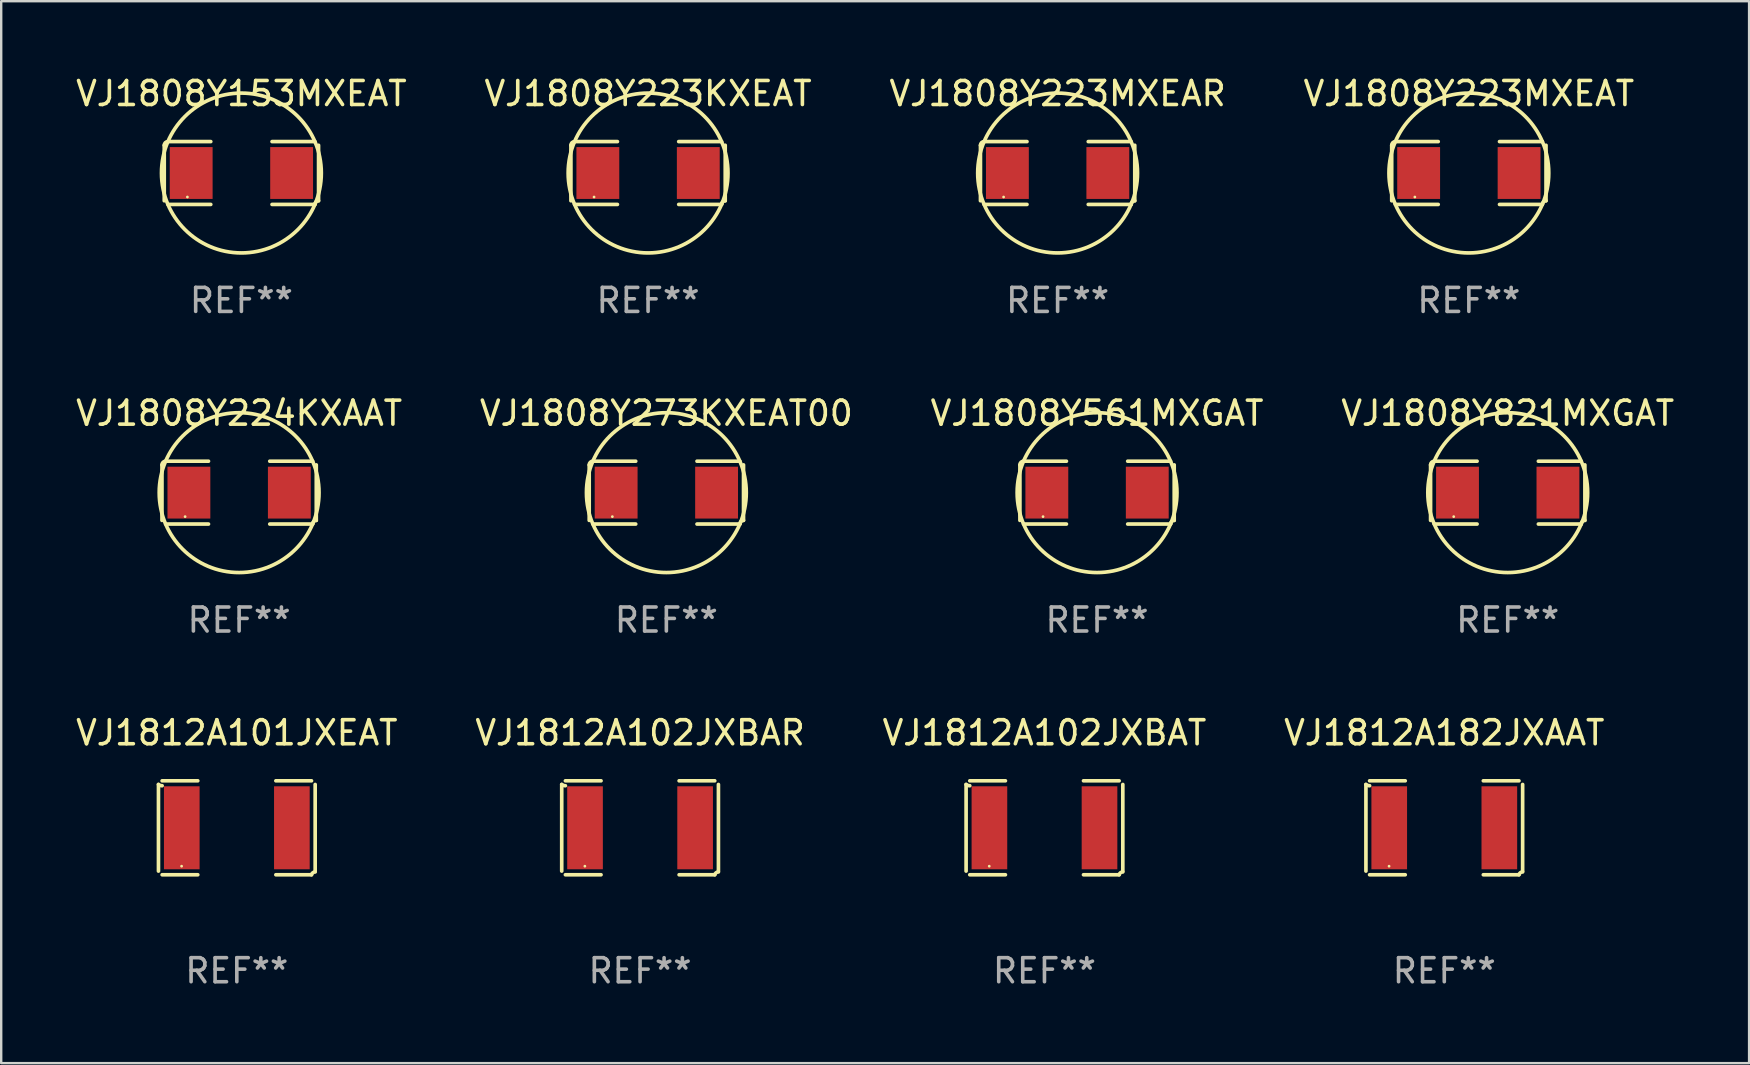
<source format=kicad_pcb>
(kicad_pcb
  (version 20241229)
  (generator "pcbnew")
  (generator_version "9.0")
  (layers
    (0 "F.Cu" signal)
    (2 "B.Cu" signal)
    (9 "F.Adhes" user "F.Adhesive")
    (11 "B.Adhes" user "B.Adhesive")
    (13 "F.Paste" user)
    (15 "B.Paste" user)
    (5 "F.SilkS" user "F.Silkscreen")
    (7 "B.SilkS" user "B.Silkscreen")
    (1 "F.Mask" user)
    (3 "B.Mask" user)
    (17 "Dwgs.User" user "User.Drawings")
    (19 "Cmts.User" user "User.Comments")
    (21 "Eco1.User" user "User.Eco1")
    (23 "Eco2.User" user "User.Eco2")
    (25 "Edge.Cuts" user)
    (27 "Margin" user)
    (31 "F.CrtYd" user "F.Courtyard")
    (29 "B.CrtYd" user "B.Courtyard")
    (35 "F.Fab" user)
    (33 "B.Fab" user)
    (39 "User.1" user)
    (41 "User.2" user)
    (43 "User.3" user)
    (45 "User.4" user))
  (footprint "VJ1808Y561MXGAT"
    (layer "F.Cu")
    (at 42.649 17.471)
    (property "Reference" "VJ1808Y561MXGAT" (at 0 -3.309 0) (layer "F.SilkS") (effects (font (size 1 1) (thickness 0.15))))
    (attr through_hole)
    (fp_line (start -3.214 -1.156) (end -3.214 1.156) (stroke (width 0.152) (type solid)) (layer "F.SilkS"))
    (fp_line (start -3.061 1.309) (end -1.276 1.309) (stroke (width 0.152) (type solid)) (layer "F.SilkS"))
    (fp_line (start -1.276 -1.309) (end -3.061 -1.309) (stroke (width 0.152) (type solid)) (layer "F.SilkS"))
    (fp_line (start 1.276 -1.309) (end 3.061 -1.309) (stroke (width 0.152) (type solid)) (layer "F.SilkS"))
    (fp_line (start 3.061 1.309) (end 1.276 1.309) (stroke (width 0.152) (type solid)) (layer "F.SilkS"))
    (fp_line (start 3.214 -1.156) (end 3.214 1.156) (stroke (width 0.152) (type solid)) (layer "F.SilkS"))
    (fp_arc (start -3.21359 -1.15621) (mid -3.168953 -1.263974) (end -3.061189 -1.308611) (stroke (width 0.1524) (type solid)) (layer "F.SilkS"))
    (fp_arc (start 3.061188 1.308611) (mid 3.105825 1.200847) (end 3.213589 1.15621) (stroke (width 0.1524) (type solid)) (layer "F.SilkS"))
    (fp_arc (start 3.061189 -1.308611) (mid -3.061167 1.308589) (end 3.061189 -1.308611) (stroke (width 0.1524) (type solid)) (layer "F.SilkS"))
    (fp_circle (center -2.25 1) (end -2.22 1) (stroke (width 0.06) (type solid)) (fill no) (layer "F.SilkS"))
    (fp_text user "REF**" (at 0 5.309 0) (layer "F.Fab") (effects (font (size 1 1) (thickness 0.15))))
    (pad "1" smd rect (at -2.092 0) (size 1.785 2.16) (layers "F.Cu" "F.Mask" "F.Paste"))
    (pad "2" smd rect (at 2.092 0) (size 1.785 2.16) (layers "F.Cu" "F.Mask" "F.Paste")))
  (footprint "VJ1808Y821MXGAT"
    (layer "F.Cu")
    (at 59.756 17.471)
    (property "Reference" "VJ1808Y821MXGAT" (at 0 -3.309 0) (layer "F.SilkS") (effects (font (size 1 1) (thickness 0.15))))
    (attr through_hole)
    (fp_line (start -3.214 -1.156) (end -3.214 1.156) (stroke (width 0.152) (type solid)) (layer "F.SilkS"))
    (fp_line (start -3.061 1.309) (end -1.276 1.309) (stroke (width 0.152) (type solid)) (layer "F.SilkS"))
    (fp_line (start -1.276 -1.309) (end -3.061 -1.309) (stroke (width 0.152) (type solid)) (layer "F.SilkS"))
    (fp_line (start 1.276 -1.309) (end 3.061 -1.309) (stroke (width 0.152) (type solid)) (layer "F.SilkS"))
    (fp_line (start 3.061 1.309) (end 1.276 1.309) (stroke (width 0.152) (type solid)) (layer "F.SilkS"))
    (fp_line (start 3.214 -1.156) (end 3.214 1.156) (stroke (width 0.152) (type solid)) (layer "F.SilkS"))
    (fp_arc (start -3.21359 -1.15621) (mid -3.168953 -1.263974) (end -3.061189 -1.308611) (stroke (width 0.1524) (type solid)) (layer "F.SilkS"))
    (fp_arc (start 3.061188 1.308611) (mid 3.105825 1.200847) (end 3.213589 1.15621) (stroke (width 0.1524) (type solid)) (layer "F.SilkS"))
    (fp_arc (start 3.061189 -1.308611) (mid -3.061167 1.308589) (end 3.061189 -1.308611) (stroke (width 0.1524) (type solid)) (layer "F.SilkS"))
    (fp_circle (center -2.25 1) (end -2.22 1) (stroke (width 0.06) (type solid)) (fill no) (layer "F.SilkS"))
    (fp_text user "REF**" (at 0 5.309 0) (layer "F.Fab") (effects (font (size 1 1) (thickness 0.15))))
    (pad "1" smd rect (at -2.092 0) (size 1.785 2.16) (layers "F.Cu" "F.Mask" "F.Paste"))
    (pad "2" smd rect (at 2.092 0) (size 1.785 2.16) (layers "F.Cu" "F.Mask" "F.Paste")))
  (footprint "VJ1812A102JXBAT"
    (layer "F.Cu")
    (at 40.458 31.432)
    (property "Reference" "VJ1812A102JXBAT" (at 0 -3.957 0) (layer "F.SilkS") (effects (font (size 1 1) (thickness 0.15))))
    (attr through_hole)
    (fp_line (start -3.264 1.804) (end -3.264 -1.804) (stroke (width 0.152) (type solid)) (layer "F.SilkS"))
    (fp_line (start -3.111 -1.957) (end -1.626 -1.957) (stroke (width 0.152) (type solid)) (layer "F.SilkS"))
    (fp_line (start -1.626 1.957) (end -3.111 1.957) (stroke (width 0.152) (type solid)) (layer "F.SilkS"))
    (fp_line (start 1.626 1.957) (end 3.111 1.957) (stroke (width 0.152) (type solid)) (layer "F.SilkS"))
    (fp_line (start 3.111 -1.957) (end 1.626 -1.957) (stroke (width 0.152) (type solid)) (layer "F.SilkS"))
    (fp_line (start 3.264 1.804) (end 3.264 -1.804) (stroke (width 0.152) (type solid)) (layer "F.SilkS"))
    (fp_arc (start -3.111202 -1.752192) (mid -3.191715 -1.76555) (end -3.263602 -1.804191) (stroke (width 0.1524) (type solid)) (layer "F.SilkS"))
    (fp_arc (start 3.111201 1.956591) (mid 3.167789 1.872777) (end 3.263602 1.840424) (stroke (width 0.1524) (type solid)) (layer "F.SilkS"))
    (fp_circle (center -2.3 1.6) (end -2.27 1.6) (stroke (width 0.06) (type solid)) (fill no) (layer "F.SilkS"))
    (fp_text user "REF**" (at 0 5.957 0) (layer "F.Fab") (effects (font (size 1 1) (thickness 0.15))))
    (pad "1" smd rect (at -2.293 0) (size 1.485 3.456) (layers "F.Cu" "F.Mask" "F.Paste"))
    (pad "2" smd rect (at 2.293 0) (size 1.485 3.456) (layers "F.Cu" "F.Mask" "F.Paste")))
  (footprint "VJ1808Y273KXEAT00"
    (layer "F.Cu")
    (at 24.708 17.471)
    (property "Reference" "VJ1808Y273KXEAT00" (at 0 -3.309 0) (layer "F.SilkS") (effects (font (size 1 1) (thickness 0.15))))
    (attr through_hole)
    (fp_line (start -3.214 -1.156) (end -3.214 1.156) (stroke (width 0.152) (type solid)) (layer "F.SilkS"))
    (fp_line (start -3.061 1.309) (end -1.276 1.309) (stroke (width 0.152) (type solid)) (layer "F.SilkS"))
    (fp_line (start -1.276 -1.309) (end -3.061 -1.309) (stroke (width 0.152) (type solid)) (layer "F.SilkS"))
    (fp_line (start 1.276 -1.309) (end 3.061 -1.309) (stroke (width 0.152) (type solid)) (layer "F.SilkS"))
    (fp_line (start 3.061 1.309) (end 1.276 1.309) (stroke (width 0.152) (type solid)) (layer "F.SilkS"))
    (fp_line (start 3.214 -1.156) (end 3.214 1.156) (stroke (width 0.152) (type solid)) (layer "F.SilkS"))
    (fp_arc (start -3.21359 -1.15621) (mid -3.168953 -1.263974) (end -3.061189 -1.308611) (stroke (width 0.1524) (type solid)) (layer "F.SilkS"))
    (fp_arc (start 3.061188 1.308611) (mid 3.105825 1.200847) (end 3.213589 1.15621) (stroke (width 0.1524) (type solid)) (layer "F.SilkS"))
    (fp_arc (start 3.061189 -1.308611) (mid -3.061167 1.308589) (end 3.061189 -1.308611) (stroke (width 0.1524) (type solid)) (layer "F.SilkS"))
    (fp_circle (center -2.25 1) (end -2.22 1) (stroke (width 0.06) (type solid)) (fill no) (layer "F.SilkS"))
    (fp_text user "REF**" (at 0 5.309 0) (layer "F.Fab") (effects (font (size 1 1) (thickness 0.15))))
    (pad "1" smd rect (at -2.092 0) (size 1.785 2.16) (layers "F.Cu" "F.Mask" "F.Paste"))
    (pad "2" smd rect (at 2.092 0) (size 1.785 2.16) (layers "F.Cu" "F.Mask" "F.Paste")))
  (footprint "VJ1808Y153MXEAT"
    (layer "F.Cu")
    (at 7.006 4.157)
    (property "Reference" "VJ1808Y153MXEAT" (at 0 -3.309 0) (layer "F.SilkS") (effects (font (size 1 1) (thickness 0.15))))
    (attr through_hole)
    (fp_line (start -3.214 -1.156) (end -3.214 1.156) (stroke (width 0.152) (type solid)) (layer "F.SilkS"))
    (fp_line (start -3.061 1.309) (end -1.276 1.309) (stroke (width 0.152) (type solid)) (layer "F.SilkS"))
    (fp_line (start -1.276 -1.309) (end -3.061 -1.309) (stroke (width 0.152) (type solid)) (layer "F.SilkS"))
    (fp_line (start 1.276 -1.309) (end 3.061 -1.309) (stroke (width 0.152) (type solid)) (layer "F.SilkS"))
    (fp_line (start 3.061 1.309) (end 1.276 1.309) (stroke (width 0.152) (type solid)) (layer "F.SilkS"))
    (fp_line (start 3.214 -1.156) (end 3.214 1.156) (stroke (width 0.152) (type solid)) (layer "F.SilkS"))
    (fp_arc (start -3.21359 -1.15621) (mid -3.168953 -1.263974) (end -3.061189 -1.308611) (stroke (width 0.1524) (type solid)) (layer "F.SilkS"))
    (fp_arc (start 3.061188 1.308611) (mid 3.105825 1.200847) (end 3.213589 1.15621) (stroke (width 0.1524) (type solid)) (layer "F.SilkS"))
    (fp_arc (start 3.061189 -1.308611) (mid -3.061167 1.308589) (end 3.061189 -1.308611) (stroke (width 0.1524) (type solid)) (layer "F.SilkS"))
    (fp_circle (center -2.25 1) (end -2.22 1) (stroke (width 0.06) (type solid)) (fill no) (layer "F.SilkS"))
    (fp_text user "REF**" (at 0 5.309 0) (layer "F.Fab") (effects (font (size 1 1) (thickness 0.15))))
    (pad "1" smd rect (at -2.092 0) (size 1.785 2.16) (layers "F.Cu" "F.Mask" "F.Paste"))
    (pad "2" smd rect (at 2.092 0) (size 1.785 2.16) (layers "F.Cu" "F.Mask" "F.Paste")))
  (footprint "VJ1808Y223MXEAR"
    (layer "F.Cu")
    (at 41.006 4.157)
    (property "Reference" "VJ1808Y223MXEAR" (at 0 -3.309 0) (layer "F.SilkS") (effects (font (size 1 1) (thickness 0.15))))
    (attr through_hole)
    (fp_line (start -3.214 -1.156) (end -3.214 1.156) (stroke (width 0.152) (type solid)) (layer "F.SilkS"))
    (fp_line (start -3.061 1.309) (end -1.276 1.309) (stroke (width 0.152) (type solid)) (layer "F.SilkS"))
    (fp_line (start -1.276 -1.309) (end -3.061 -1.309) (stroke (width 0.152) (type solid)) (layer "F.SilkS"))
    (fp_line (start 1.276 -1.309) (end 3.061 -1.309) (stroke (width 0.152) (type solid)) (layer "F.SilkS"))
    (fp_line (start 3.061 1.309) (end 1.276 1.309) (stroke (width 0.152) (type solid)) (layer "F.SilkS"))
    (fp_line (start 3.214 -1.156) (end 3.214 1.156) (stroke (width 0.152) (type solid)) (layer "F.SilkS"))
    (fp_arc (start -3.21359 -1.15621) (mid -3.168953 -1.263974) (end -3.061189 -1.308611) (stroke (width 0.1524) (type solid)) (layer "F.SilkS"))
    (fp_arc (start 3.061188 1.308611) (mid 3.105825 1.200847) (end 3.213589 1.15621) (stroke (width 0.1524) (type solid)) (layer "F.SilkS"))
    (fp_arc (start 3.061189 -1.308611) (mid -3.061167 1.308589) (end 3.061189 -1.308611) (stroke (width 0.1524) (type solid)) (layer "F.SilkS"))
    (fp_circle (center -2.25 1) (end -2.22 1) (stroke (width 0.06) (type solid)) (fill no) (layer "F.SilkS"))
    (fp_text user "REF**" (at 0 5.309 0) (layer "F.Fab") (effects (font (size 1 1) (thickness 0.15))))
    (pad "1" smd rect (at -2.092 0) (size 1.785 2.16) (layers "F.Cu" "F.Mask" "F.Paste"))
    (pad "2" smd rect (at 2.092 0) (size 1.785 2.16) (layers "F.Cu" "F.Mask" "F.Paste")))
  (footprint "VJ1808Y223MXEAT"
    (layer "F.Cu")
    (at 58.137 4.157)
    (property "Reference" "VJ1808Y223MXEAT" (at 0 -3.309 0) (layer "F.SilkS") (effects (font (size 1 1) (thickness 0.15))))
    (attr through_hole)
    (fp_line (start -3.214 -1.156) (end -3.214 1.156) (stroke (width 0.152) (type solid)) (layer "F.SilkS"))
    (fp_line (start -3.061 1.309) (end -1.276 1.309) (stroke (width 0.152) (type solid)) (layer "F.SilkS"))
    (fp_line (start -1.276 -1.309) (end -3.061 -1.309) (stroke (width 0.152) (type solid)) (layer "F.SilkS"))
    (fp_line (start 1.276 -1.309) (end 3.061 -1.309) (stroke (width 0.152) (type solid)) (layer "F.SilkS"))
    (fp_line (start 3.061 1.309) (end 1.276 1.309) (stroke (width 0.152) (type solid)) (layer "F.SilkS"))
    (fp_line (start 3.214 -1.156) (end 3.214 1.156) (stroke (width 0.152) (type solid)) (layer "F.SilkS"))
    (fp_arc (start -3.21359 -1.15621) (mid -3.168953 -1.263974) (end -3.061189 -1.308611) (stroke (width 0.1524) (type solid)) (layer "F.SilkS"))
    (fp_arc (start 3.061188 1.308611) (mid 3.105825 1.200847) (end 3.213589 1.15621) (stroke (width 0.1524) (type solid)) (layer "F.SilkS"))
    (fp_arc (start 3.061189 -1.308611) (mid -3.061167 1.308589) (end 3.061189 -1.308611) (stroke (width 0.1524) (type solid)) (layer "F.SilkS"))
    (fp_circle (center -2.25 1) (end -2.22 1) (stroke (width 0.06) (type solid)) (fill no) (layer "F.SilkS"))
    (fp_text user "REF**" (at 0 5.309 0) (layer "F.Fab") (effects (font (size 1 1) (thickness 0.15))))
    (pad "1" smd rect (at -2.092 0) (size 1.785 2.16) (layers "F.Cu" "F.Mask" "F.Paste"))
    (pad "2" smd rect (at 2.092 0) (size 1.785 2.16) (layers "F.Cu" "F.Mask" "F.Paste")))
  (footprint "VJ1808Y224KXAAT"
    (layer "F.Cu")
    (at 6.911 17.471)
    (property "Reference" "VJ1808Y224KXAAT" (at 0 -3.309 0) (layer "F.SilkS") (effects (font (size 1 1) (thickness 0.15))))
    (attr through_hole)
    (fp_line (start -3.214 -1.156) (end -3.214 1.156) (stroke (width 0.152) (type solid)) (layer "F.SilkS"))
    (fp_line (start -3.061 1.309) (end -1.276 1.309) (stroke (width 0.152) (type solid)) (layer "F.SilkS"))
    (fp_line (start -1.276 -1.309) (end -3.061 -1.309) (stroke (width 0.152) (type solid)) (layer "F.SilkS"))
    (fp_line (start 1.276 -1.309) (end 3.061 -1.309) (stroke (width 0.152) (type solid)) (layer "F.SilkS"))
    (fp_line (start 3.061 1.309) (end 1.276 1.309) (stroke (width 0.152) (type solid)) (layer "F.SilkS"))
    (fp_line (start 3.214 -1.156) (end 3.214 1.156) (stroke (width 0.152) (type solid)) (layer "F.SilkS"))
    (fp_arc (start -3.21359 -1.15621) (mid -3.168953 -1.263974) (end -3.061189 -1.308611) (stroke (width 0.1524) (type solid)) (layer "F.SilkS"))
    (fp_arc (start 3.061188 1.308611) (mid 3.105825 1.200847) (end 3.213589 1.15621) (stroke (width 0.1524) (type solid)) (layer "F.SilkS"))
    (fp_arc (start 3.061189 -1.308611) (mid -3.061167 1.308589) (end 3.061189 -1.308611) (stroke (width 0.1524) (type solid)) (layer "F.SilkS"))
    (fp_circle (center -2.25 1) (end -2.22 1) (stroke (width 0.06) (type solid)) (fill no) (layer "F.SilkS"))
    (fp_text user "REF**" (at 0 5.309 0) (layer "F.Fab") (effects (font (size 1 1) (thickness 0.15))))
    (pad "1" smd rect (at -2.092 0) (size 1.785 2.16) (layers "F.Cu" "F.Mask" "F.Paste"))
    (pad "2" smd rect (at 2.092 0) (size 1.785 2.16) (layers "F.Cu" "F.Mask" "F.Paste")))
  (footprint "VJ1812A102JXBAR"
    (layer "F.Cu")
    (at 23.613 31.432)
    (property "Reference" "VJ1812A102JXBAR" (at 0 -3.957 0) (layer "F.SilkS") (effects (font (size 1 1) (thickness 0.15))))
    (attr through_hole)
    (fp_line (start -3.264 1.804) (end -3.264 -1.804) (stroke (width 0.152) (type solid)) (layer "F.SilkS"))
    (fp_line (start -3.111 -1.957) (end -1.626 -1.957) (stroke (width 0.152) (type solid)) (layer "F.SilkS"))
    (fp_line (start -1.626 1.957) (end -3.111 1.957) (stroke (width 0.152) (type solid)) (layer "F.SilkS"))
    (fp_line (start 1.626 1.957) (end 3.111 1.957) (stroke (width 0.152) (type solid)) (layer "F.SilkS"))
    (fp_line (start 3.111 -1.957) (end 1.626 -1.957) (stroke (width 0.152) (type solid)) (layer "F.SilkS"))
    (fp_line (start 3.264 1.804) (end 3.264 -1.804) (stroke (width 0.152) (type solid)) (layer "F.SilkS"))
    (fp_arc (start -3.111202 -1.752192) (mid -3.191715 -1.76555) (end -3.263602 -1.804191) (stroke (width 0.1524) (type solid)) (layer "F.SilkS"))
    (fp_arc (start 3.111201 1.956591) (mid 3.167789 1.872777) (end 3.263602 1.840424) (stroke (width 0.1524) (type solid)) (layer "F.SilkS"))
    (fp_circle (center -2.3 1.6) (end -2.27 1.6) (stroke (width 0.06) (type solid)) (fill no) (layer "F.SilkS"))
    (fp_text user "REF**" (at 0 5.957 0) (layer "F.Fab") (effects (font (size 1 1) (thickness 0.15))))
    (pad "1" smd rect (at -2.293 0) (size 1.485 3.456) (layers "F.Cu" "F.Mask" "F.Paste"))
    (pad "2" smd rect (at 2.293 0) (size 1.485 3.456) (layers "F.Cu" "F.Mask" "F.Paste")))
  (footprint "VJ1812A182JXAAT"
    (layer "F.Cu")
    (at 57.113 31.432)
    (property "Reference" "VJ1812A182JXAAT" (at 0 -3.957 0) (layer "F.SilkS") (effects (font (size 1 1) (thickness 0.15))))
    (attr through_hole)
    (fp_line (start -3.264 1.804) (end -3.264 -1.804) (stroke (width 0.152) (type solid)) (layer "F.SilkS"))
    (fp_line (start -3.111 -1.957) (end -1.626 -1.957) (stroke (width 0.152) (type solid)) (layer "F.SilkS"))
    (fp_line (start -1.626 1.957) (end -3.111 1.957) (stroke (width 0.152) (type solid)) (layer "F.SilkS"))
    (fp_line (start 1.626 1.957) (end 3.111 1.957) (stroke (width 0.152) (type solid)) (layer "F.SilkS"))
    (fp_line (start 3.111 -1.957) (end 1.626 -1.957) (stroke (width 0.152) (type solid)) (layer "F.SilkS"))
    (fp_line (start 3.264 1.804) (end 3.264 -1.804) (stroke (width 0.152) (type solid)) (layer "F.SilkS"))
    (fp_arc (start -3.111202 -1.752192) (mid -3.191715 -1.76555) (end -3.263602 -1.804191) (stroke (width 0.1524) (type solid)) (layer "F.SilkS"))
    (fp_arc (start 3.111201 1.956591) (mid 3.167789 1.872777) (end 3.263602 1.840424) (stroke (width 0.1524) (type solid)) (layer "F.SilkS"))
    (fp_circle (center -2.3 1.6) (end -2.27 1.6) (stroke (width 0.06) (type solid)) (fill no) (layer "F.SilkS"))
    (fp_text user "REF**" (at 0 5.957 0) (layer "F.Fab") (effects (font (size 1 1) (thickness 0.15))))
    (pad "1" smd rect (at -2.293 0) (size 1.485 3.456) (layers "F.Cu" "F.Mask" "F.Paste"))
    (pad "2" smd rect (at 2.293 0) (size 1.485 3.456) (layers "F.Cu" "F.Mask" "F.Paste")))
  (footprint "VJ1808Y223KXEAT"
    (layer "F.Cu")
    (at 23.946 4.157)
    (property "Reference" "VJ1808Y223KXEAT" (at 0 -3.309 0) (layer "F.SilkS") (effects (font (size 1 1) (thickness 0.15))))
    (attr through_hole)
    (fp_line (start -3.214 -1.156) (end -3.214 1.156) (stroke (width 0.152) (type solid)) (layer "F.SilkS"))
    (fp_line (start -3.061 1.309) (end -1.276 1.309) (stroke (width 0.152) (type solid)) (layer "F.SilkS"))
    (fp_line (start -1.276 -1.309) (end -3.061 -1.309) (stroke (width 0.152) (type solid)) (layer "F.SilkS"))
    (fp_line (start 1.276 -1.309) (end 3.061 -1.309) (stroke (width 0.152) (type solid)) (layer "F.SilkS"))
    (fp_line (start 3.061 1.309) (end 1.276 1.309) (stroke (width 0.152) (type solid)) (layer "F.SilkS"))
    (fp_line (start 3.214 -1.156) (end 3.214 1.156) (stroke (width 0.152) (type solid)) (layer "F.SilkS"))
    (fp_arc (start -3.21359 -1.15621) (mid -3.168953 -1.263974) (end -3.061189 -1.308611) (stroke (width 0.1524) (type solid)) (layer "F.SilkS"))
    (fp_arc (start 3.061188 1.308611) (mid 3.105825 1.200847) (end 3.213589 1.15621) (stroke (width 0.1524) (type solid)) (layer "F.SilkS"))
    (fp_arc (start 3.061189 -1.308611) (mid -3.061167 1.308589) (end 3.061189 -1.308611) (stroke (width 0.1524) (type solid)) (layer "F.SilkS"))
    (fp_circle (center -2.25 1) (end -2.22 1) (stroke (width 0.06) (type solid)) (fill no) (layer "F.SilkS"))
    (fp_text user "REF**" (at 0 5.309 0) (layer "F.Fab") (effects (font (size 1 1) (thickness 0.15))))
    (pad "1" smd rect (at -2.092 0) (size 1.785 2.16) (layers "F.Cu" "F.Mask" "F.Paste"))
    (pad "2" smd rect (at 2.092 0) (size 1.785 2.16) (layers "F.Cu" "F.Mask" "F.Paste")))
  (footprint "VJ1812A101JXEAT"
    (layer "F.Cu")
    (at 6.815 31.432)
    (property "Reference" "VJ1812A101JXEAT" (at 0 -3.957 0) (layer "F.SilkS") (effects (font (size 1 1) (thickness 0.15))))
    (attr through_hole)
    (fp_line (start -3.264 1.804) (end -3.264 -1.804) (stroke (width 0.152) (type solid)) (layer "F.SilkS"))
    (fp_line (start -3.111 -1.957) (end -1.626 -1.957) (stroke (width 0.152) (type solid)) (layer "F.SilkS"))
    (fp_line (start -1.626 1.957) (end -3.111 1.957) (stroke (width 0.152) (type solid)) (layer "F.SilkS"))
    (fp_line (start 1.626 1.957) (end 3.111 1.957) (stroke (width 0.152) (type solid)) (layer "F.SilkS"))
    (fp_line (start 3.111 -1.957) (end 1.626 -1.957) (stroke (width 0.152) (type solid)) (layer "F.SilkS"))
    (fp_line (start 3.264 1.804) (end 3.264 -1.804) (stroke (width 0.152) (type solid)) (layer "F.SilkS"))
    (fp_arc (start -3.111202 -1.752192) (mid -3.191715 -1.76555) (end -3.263602 -1.804191) (stroke (width 0.1524) (type solid)) (layer "F.SilkS"))
    (fp_arc (start 3.111201 1.956591) (mid 3.167789 1.872777) (end 3.263602 1.840424) (stroke (width 0.1524) (type solid)) (layer "F.SilkS"))
    (fp_circle (center -2.3 1.6) (end -2.27 1.6) (stroke (width 0.06) (type solid)) (fill no) (layer "F.SilkS"))
    (fp_text user "REF**" (at 0 5.957 0) (layer "F.Fab") (effects (font (size 1 1) (thickness 0.15))))
    (pad "1" smd rect (at -2.293 0) (size 1.485 3.456) (layers "F.Cu" "F.Mask" "F.Paste"))
    (pad "2" smd rect (at 2.293 0) (size 1.485 3.456) (layers "F.Cu" "F.Mask" "F.Paste")))
  (gr_rect
    (start -3 -3)
    (end 69.81 41.237)
    (stroke (width 0.1) (type default))
    (fill no)
    (layer "Edge.Cuts")))
</source>
